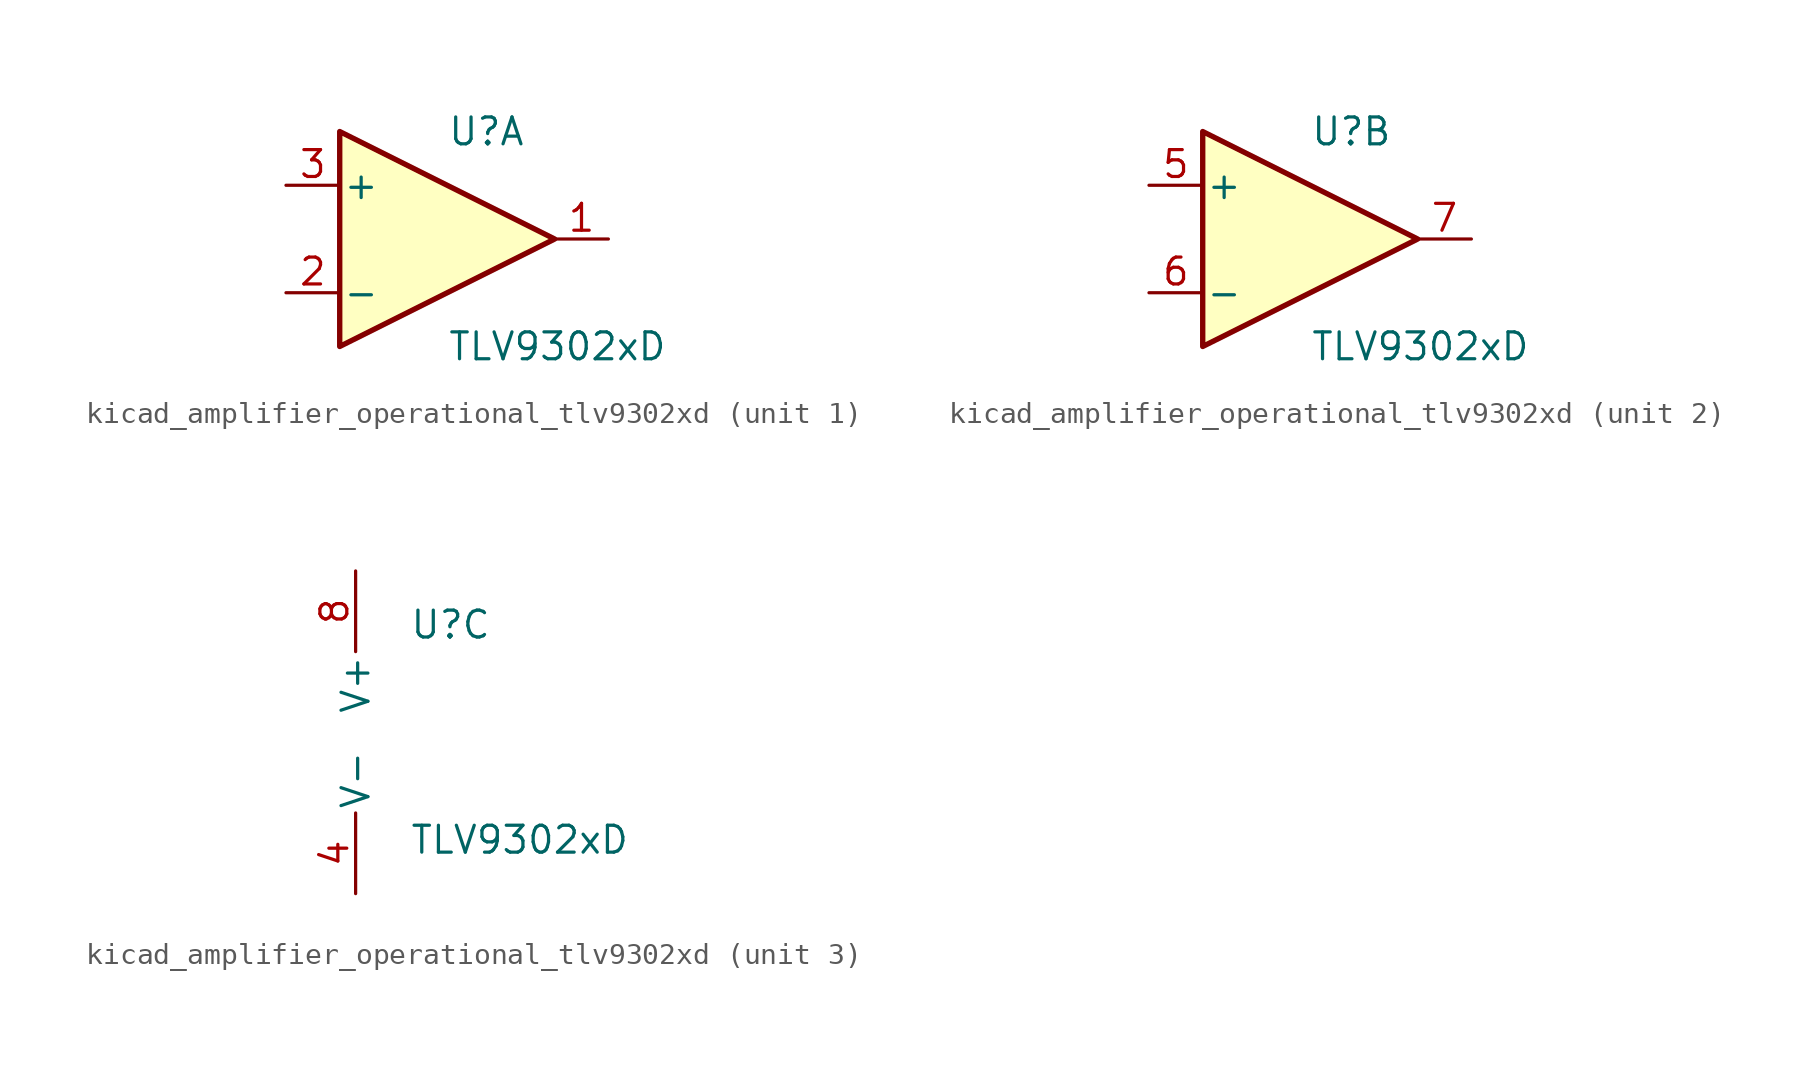
<source format=kicad_sym>
(kicad_symbol_lib
  (version 20220914)
  (generator kicad_symbol_editor)
  (symbol "kicad_amplifier_operational_tlv9302xd"
    (pin_names
      (offset 0.127))
    (property "Reference" "U"
      (at 0 5.08 0)
      (effects (font (size 1.27 1.27)) (justify left)))
    (property "Value" "TLV9302xD"
      (at 0 -5.08 0)
      (effects (font (size 1.27 1.27)) (justify left)))
    (property "ki_locked" ""
      (at 0 0 0)
      (effects (font (size 1.27 1.27))))
    (symbol "kicad_amplifier_operational_tlv9302xd_1_1"
      (polyline (pts (xy -5.08 5.08) (xy 5.08 0) (xy -5.08 -5.08) (xy -5.08 5.08)) (stroke (width 0.254) (type default)) (fill (type background)))
      (pin output line (at 7.62 0 180) (length 2.54) (name "~" (effects (font (size 1.27 1.27)))) (number "1" (effects (font (size 1.27 1.27)))))
      (pin input line (at -7.62 -2.54 0) (length 2.54) (name "-" (effects (font (size 1.27 1.27)))) (number "2" (effects (font (size 1.27 1.27)))))
      (pin input line (at -7.62 2.54 0) (length 2.54) (name "+" (effects (font (size 1.27 1.27)))) (number "3" (effects (font (size 1.27 1.27))))))
    (symbol "kicad_amplifier_operational_tlv9302xd_2_1"
      (polyline (pts (xy -5.08 5.08) (xy 5.08 0) (xy -5.08 -5.08) (xy -5.08 5.08)) (stroke (width 0.254) (type default)) (fill (type background)))
      (pin input line (at -7.62 2.54 0) (length 2.54) (name "+" (effects (font (size 1.27 1.27)))) (number "5" (effects (font (size 1.27 1.27)))))
      (pin input line (at -7.62 -2.54 0) (length 2.54) (name "-" (effects (font (size 1.27 1.27)))) (number "6" (effects (font (size 1.27 1.27)))))
      (pin output line (at 7.62 0 180) (length 2.54) (name "~" (effects (font (size 1.27 1.27)))) (number "7" (effects (font (size 1.27 1.27))))))
    (symbol "kicad_amplifier_operational_tlv9302xd_3_1"
      (pin power_in line (at -2.54 -7.62 90) (length 3.81) (name "V-" (effects (font (size 1.27 1.27)))) (number "4" (effects (font (size 1.27 1.27)))))
      (pin power_in line (at -2.54 7.62 270) (length 3.81) (name "V+" (effects (font (size 1.27 1.27)))) (number "8" (effects (font (size 1.27 1.27))))))))
</source>
